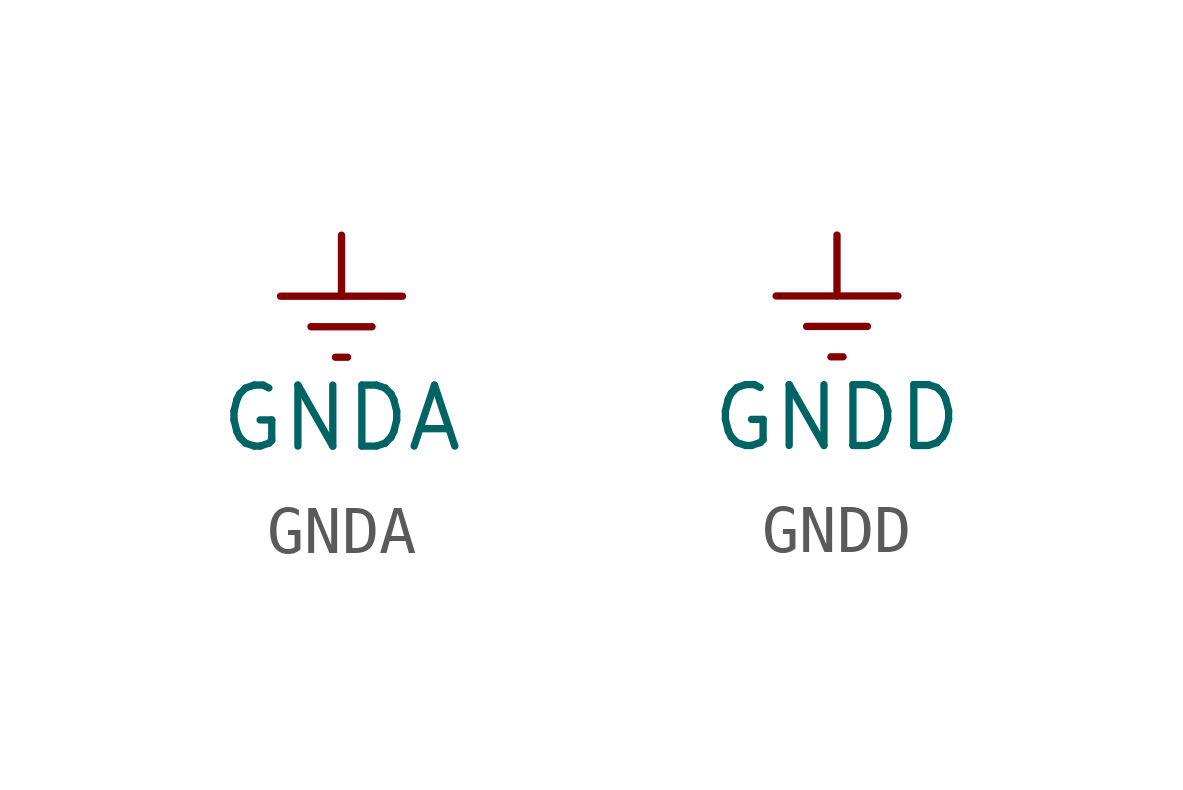
<source format=kicad_sym>
(kicad_symbol_lib
  (version 20220914)
  (generator kicad_symbol_editor)
  (symbol "GNDA"
    (power)
    (pin_names
      (offset 0))
    (property "Reference" "#PWR"
      (at 0 -6.35 0)
      (effects (font (size 1.27 1.27)) hide))
    (property "Value" "GNDA"
      (at 0 -3.81 0)
      (effects (font (size 1.27 1.27))))
    (symbol "GNDA_0_1"
      (polyline (pts (xy -0.635 -1.905) (xy 0.635 -1.905)) (stroke (width 0) (type default)) (fill (type none)))
      (polyline (pts (xy -0.127 -2.54) (xy 0.127 -2.54)) (stroke (width 0) (type default)) (fill (type none)))
      (polyline (pts (xy 0 -1.27) (xy 0 0)) (stroke (width 0) (type default)) (fill (type none)))
      (polyline (pts (xy 1.27 -1.27) (xy -1.27 -1.27)) (stroke (width 0) (type default)) (fill (type none))))
    (symbol "GNDA_1_1"
      (pin power_in line (at 0 0 270) (length 0) hide (name "GNDREF" (effects (font (size 1.27 1.27)))) (number "1" (effects (font (size 1.27 1.27)))))))
  (symbol "GNDD"
    (power)
    (pin_names
      (offset 0))
    (property "Reference" "#PWR"
      (at 0 -6.35 0)
      (effects (font (size 1.27 1.27)) hide))
    (property "Value" "GNDD"
      (at 0 -3.81 0)
      (effects (font (size 1.27 1.27))))
    (symbol "GNDD_0_1"
      (polyline (pts (xy -0.635 -1.905) (xy 0.635 -1.905)) (stroke (width 0) (type default)) (fill (type none)))
      (polyline (pts (xy -0.127 -2.54) (xy 0.127 -2.54)) (stroke (width 0) (type default)) (fill (type none)))
      (polyline (pts (xy 0 -1.27) (xy 0 0)) (stroke (width 0) (type default)) (fill (type none)))
      (polyline (pts (xy 1.27 -1.27) (xy -1.27 -1.27)) (stroke (width 0) (type default)) (fill (type none))))
    (symbol "GNDD_1_1"
      (pin power_in line (at 0 0 270) (length 0) hide (name "GNDREF" (effects (font (size 1.27 1.27)))) (number "1" (effects (font (size 1.27 1.27))))))))
</source>
